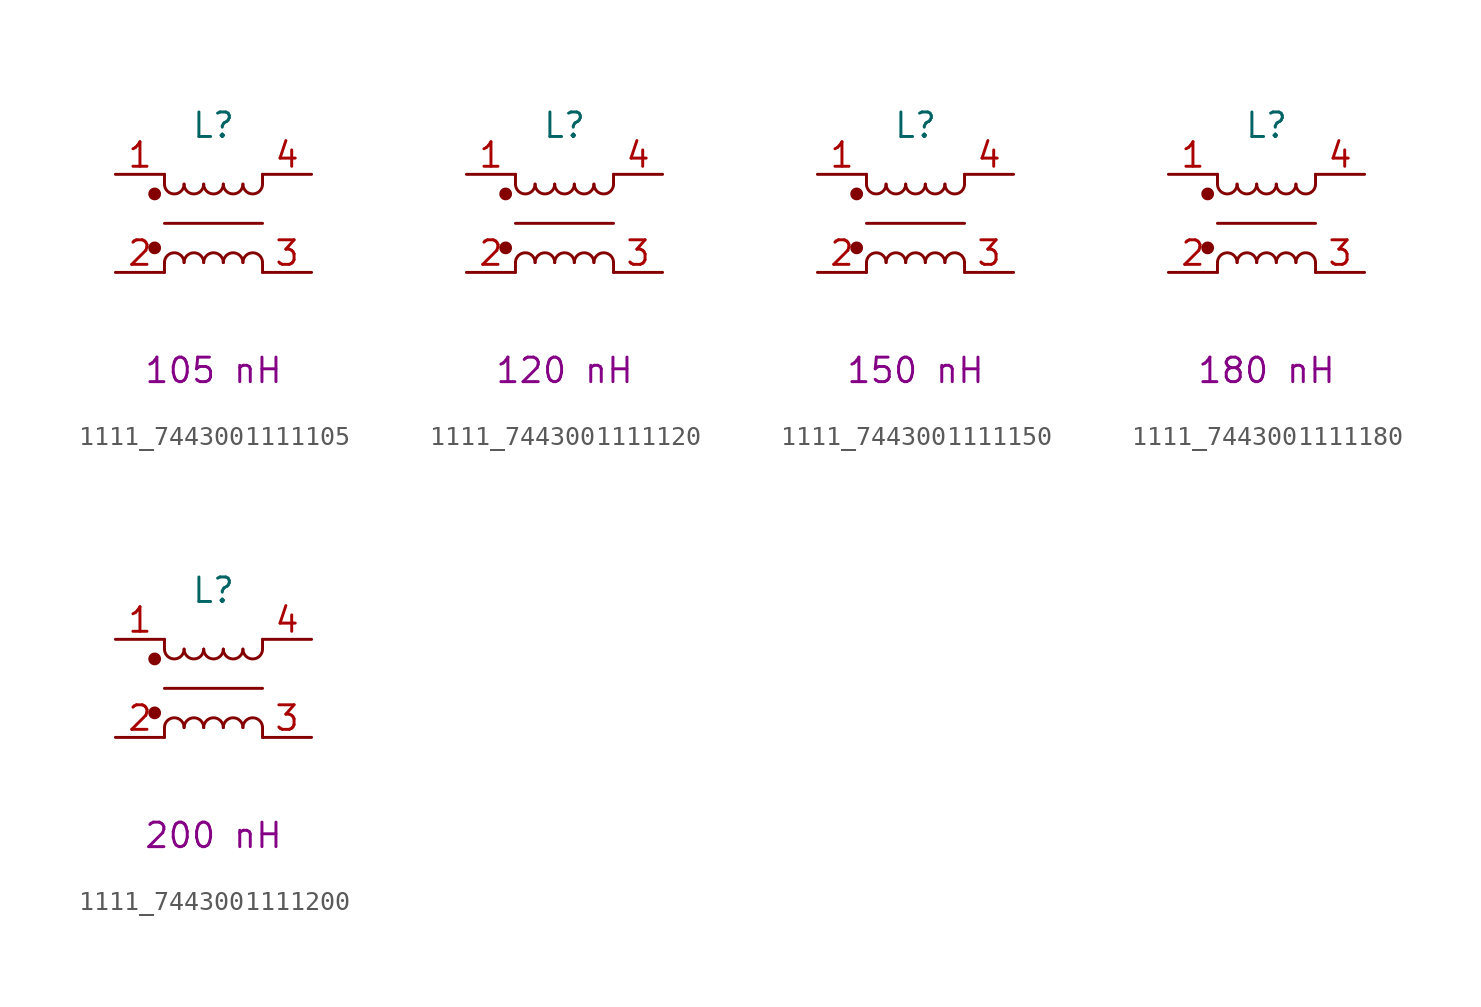
<source format=kicad_sym>
(kicad_symbol_lib
  (version 20220914)
  (generator kicad_symbol_editor)
  (symbol "1111_7443001111105"
    (pin_names hide)
    (property "Reference" "L"
      (at 0 5.08 0)
      (effects (font (size 1.27 1.27))))
    (property "Critical Parameter" "105 nH"
      (at 0 -7.62 0)
      (effects (font (size 1.27 1.27))))
    (symbol "1111_7443001111105_0_1"
      (circle (center -3.048 -1.27) (radius 0.254) (stroke (width 0) (type default)) (fill (type outline)))
      (circle (center -3.048 1.524) (radius 0.254) (stroke (width 0) (type default)) (fill (type outline)))
      (arc (start -2.54 2.032) (mid -2.032 1.5262) (end -1.524 2.032) (stroke (width 0) (type default)) (fill (type none)))
      (arc (start -1.524 -2.032) (mid -2.032 -1.5262) (end -2.54 -2.032) (stroke (width 0) (type default)) (fill (type none)))
      (arc (start -1.524 2.032) (mid -1.016 1.5262) (end -0.508 2.032) (stroke (width 0) (type default)) (fill (type none)))
      (arc (start -0.508 -2.032) (mid -1.016 -1.5262) (end -1.524 -2.032) (stroke (width 0) (type default)) (fill (type none)))
      (arc (start -0.508 2.032) (mid 0 1.5262) (end 0.508 2.032) (stroke (width 0) (type default)) (fill (type none)))
      (polyline (pts (xy -2.54 -2.032) (xy -2.54 -2.54)) (stroke (width 0) (type default)) (fill (type none)))
      (polyline (pts (xy -2.54 2.032) (xy -2.54 2.54)) (stroke (width 0) (type default)) (fill (type none)))
      (polyline (pts (xy 2.54 -2.032) (xy 2.54 -2.54)) (stroke (width 0) (type default)) (fill (type none)))
      (polyline (pts (xy 2.54 0) (xy -2.54 0)) (stroke (width 0) (type default)) (fill (type none)))
      (polyline (pts (xy 2.54 2.54) (xy 2.54 2.032)) (stroke (width 0) (type default)) (fill (type none)))
      (arc (start 0.508 -2.032) (mid 0 -1.5262) (end -0.508 -2.032) (stroke (width 0) (type default)) (fill (type none)))
      (arc (start 0.508 2.032) (mid 1.016 1.5262) (end 1.524 2.032) (stroke (width 0) (type default)) (fill (type none)))
      (arc (start 1.524 -2.032) (mid 1.016 -1.5262) (end 0.508 -2.032) (stroke (width 0) (type default)) (fill (type none)))
      (arc (start 1.524 2.032) (mid 2.032 1.5262) (end 2.54 2.032) (stroke (width 0) (type default)) (fill (type none)))
      (arc (start 2.54 -2.032) (mid 2.032 -1.5262) (end 1.524 -2.032) (stroke (width 0) (type default)) (fill (type none))))
    (symbol "1111_7443001111105_1_1"
      (pin passive line (at -5.08 2.54 0) (length 2.54) (name "1" (effects (font (size 1.27 1.27)))) (number "1" (effects (font (size 1.27 1.27)))))
      (pin passive line (at -5.08 -2.54 0) (length 2.54) (name "2" (effects (font (size 1.27 1.27)))) (number "2" (effects (font (size 1.27 1.27)))))
      (pin passive line (at 5.08 -2.54 180) (length 2.54) (name "3" (effects (font (size 1.27 1.27)))) (number "3" (effects (font (size 1.27 1.27)))))
      (pin passive line (at 5.08 2.54 180) (length 2.54) (name "4" (effects (font (size 1.27 1.27)))) (number "4" (effects (font (size 1.27 1.27)))))))
  (symbol "1111_7443001111120"
    (pin_names hide)
    (property "Reference" "L"
      (at 0 5.08 0)
      (effects (font (size 1.27 1.27))))
    (property "Critical Parameter" "120 nH"
      (at 0 -7.62 0)
      (effects (font (size 1.27 1.27))))
    (symbol "1111_7443001111120_0_1"
      (circle (center -3.048 -1.27) (radius 0.254) (stroke (width 0) (type default)) (fill (type outline)))
      (circle (center -3.048 1.524) (radius 0.254) (stroke (width 0) (type default)) (fill (type outline)))
      (arc (start -2.54 2.032) (mid -2.032 1.5262) (end -1.524 2.032) (stroke (width 0) (type default)) (fill (type none)))
      (arc (start -1.524 -2.032) (mid -2.032 -1.5262) (end -2.54 -2.032) (stroke (width 0) (type default)) (fill (type none)))
      (arc (start -1.524 2.032) (mid -1.016 1.5262) (end -0.508 2.032) (stroke (width 0) (type default)) (fill (type none)))
      (arc (start -0.508 -2.032) (mid -1.016 -1.5262) (end -1.524 -2.032) (stroke (width 0) (type default)) (fill (type none)))
      (arc (start -0.508 2.032) (mid 0 1.5262) (end 0.508 2.032) (stroke (width 0) (type default)) (fill (type none)))
      (polyline (pts (xy -2.54 -2.032) (xy -2.54 -2.54)) (stroke (width 0) (type default)) (fill (type none)))
      (polyline (pts (xy -2.54 2.032) (xy -2.54 2.54)) (stroke (width 0) (type default)) (fill (type none)))
      (polyline (pts (xy 2.54 -2.032) (xy 2.54 -2.54)) (stroke (width 0) (type default)) (fill (type none)))
      (polyline (pts (xy 2.54 0) (xy -2.54 0)) (stroke (width 0) (type default)) (fill (type none)))
      (polyline (pts (xy 2.54 2.54) (xy 2.54 2.032)) (stroke (width 0) (type default)) (fill (type none)))
      (arc (start 0.508 -2.032) (mid 0 -1.5262) (end -0.508 -2.032) (stroke (width 0) (type default)) (fill (type none)))
      (arc (start 0.508 2.032) (mid 1.016 1.5262) (end 1.524 2.032) (stroke (width 0) (type default)) (fill (type none)))
      (arc (start 1.524 -2.032) (mid 1.016 -1.5262) (end 0.508 -2.032) (stroke (width 0) (type default)) (fill (type none)))
      (arc (start 1.524 2.032) (mid 2.032 1.5262) (end 2.54 2.032) (stroke (width 0) (type default)) (fill (type none)))
      (arc (start 2.54 -2.032) (mid 2.032 -1.5262) (end 1.524 -2.032) (stroke (width 0) (type default)) (fill (type none))))
    (symbol "1111_7443001111120_1_1"
      (pin passive line (at -5.08 2.54 0) (length 2.54) (name "1" (effects (font (size 1.27 1.27)))) (number "1" (effects (font (size 1.27 1.27)))))
      (pin passive line (at -5.08 -2.54 0) (length 2.54) (name "2" (effects (font (size 1.27 1.27)))) (number "2" (effects (font (size 1.27 1.27)))))
      (pin passive line (at 5.08 -2.54 180) (length 2.54) (name "3" (effects (font (size 1.27 1.27)))) (number "3" (effects (font (size 1.27 1.27)))))
      (pin passive line (at 5.08 2.54 180) (length 2.54) (name "4" (effects (font (size 1.27 1.27)))) (number "4" (effects (font (size 1.27 1.27)))))))
  (symbol "1111_7443001111150"
    (pin_names hide)
    (property "Reference" "L"
      (at 0 5.08 0)
      (effects (font (size 1.27 1.27))))
    (property "Critical Parameter" "150 nH"
      (at 0 -7.62 0)
      (effects (font (size 1.27 1.27))))
    (symbol "1111_7443001111150_0_1"
      (circle (center -3.048 -1.27) (radius 0.254) (stroke (width 0) (type default)) (fill (type outline)))
      (circle (center -3.048 1.524) (radius 0.254) (stroke (width 0) (type default)) (fill (type outline)))
      (arc (start -2.54 2.032) (mid -2.032 1.5262) (end -1.524 2.032) (stroke (width 0) (type default)) (fill (type none)))
      (arc (start -1.524 -2.032) (mid -2.032 -1.5262) (end -2.54 -2.032) (stroke (width 0) (type default)) (fill (type none)))
      (arc (start -1.524 2.032) (mid -1.016 1.5262) (end -0.508 2.032) (stroke (width 0) (type default)) (fill (type none)))
      (arc (start -0.508 -2.032) (mid -1.016 -1.5262) (end -1.524 -2.032) (stroke (width 0) (type default)) (fill (type none)))
      (arc (start -0.508 2.032) (mid 0 1.5262) (end 0.508 2.032) (stroke (width 0) (type default)) (fill (type none)))
      (polyline (pts (xy -2.54 -2.032) (xy -2.54 -2.54)) (stroke (width 0) (type default)) (fill (type none)))
      (polyline (pts (xy -2.54 2.032) (xy -2.54 2.54)) (stroke (width 0) (type default)) (fill (type none)))
      (polyline (pts (xy 2.54 -2.032) (xy 2.54 -2.54)) (stroke (width 0) (type default)) (fill (type none)))
      (polyline (pts (xy 2.54 0) (xy -2.54 0)) (stroke (width 0) (type default)) (fill (type none)))
      (polyline (pts (xy 2.54 2.54) (xy 2.54 2.032)) (stroke (width 0) (type default)) (fill (type none)))
      (arc (start 0.508 -2.032) (mid 0 -1.5262) (end -0.508 -2.032) (stroke (width 0) (type default)) (fill (type none)))
      (arc (start 0.508 2.032) (mid 1.016 1.5262) (end 1.524 2.032) (stroke (width 0) (type default)) (fill (type none)))
      (arc (start 1.524 -2.032) (mid 1.016 -1.5262) (end 0.508 -2.032) (stroke (width 0) (type default)) (fill (type none)))
      (arc (start 1.524 2.032) (mid 2.032 1.5262) (end 2.54 2.032) (stroke (width 0) (type default)) (fill (type none)))
      (arc (start 2.54 -2.032) (mid 2.032 -1.5262) (end 1.524 -2.032) (stroke (width 0) (type default)) (fill (type none))))
    (symbol "1111_7443001111150_1_1"
      (pin passive line (at -5.08 2.54 0) (length 2.54) (name "1" (effects (font (size 1.27 1.27)))) (number "1" (effects (font (size 1.27 1.27)))))
      (pin passive line (at -5.08 -2.54 0) (length 2.54) (name "2" (effects (font (size 1.27 1.27)))) (number "2" (effects (font (size 1.27 1.27)))))
      (pin passive line (at 5.08 -2.54 180) (length 2.54) (name "3" (effects (font (size 1.27 1.27)))) (number "3" (effects (font (size 1.27 1.27)))))
      (pin passive line (at 5.08 2.54 180) (length 2.54) (name "4" (effects (font (size 1.27 1.27)))) (number "4" (effects (font (size 1.27 1.27)))))))
  (symbol "1111_7443001111180"
    (pin_names hide)
    (property "Reference" "L"
      (at 0 5.08 0)
      (effects (font (size 1.27 1.27))))
    (property "Critical Parameter" "180 nH"
      (at 0 -7.62 0)
      (effects (font (size 1.27 1.27))))
    (symbol "1111_7443001111180_0_1"
      (circle (center -3.048 -1.27) (radius 0.254) (stroke (width 0) (type default)) (fill (type outline)))
      (circle (center -3.048 1.524) (radius 0.254) (stroke (width 0) (type default)) (fill (type outline)))
      (arc (start -2.54 2.032) (mid -2.032 1.5262) (end -1.524 2.032) (stroke (width 0) (type default)) (fill (type none)))
      (arc (start -1.524 -2.032) (mid -2.032 -1.5262) (end -2.54 -2.032) (stroke (width 0) (type default)) (fill (type none)))
      (arc (start -1.524 2.032) (mid -1.016 1.5262) (end -0.508 2.032) (stroke (width 0) (type default)) (fill (type none)))
      (arc (start -0.508 -2.032) (mid -1.016 -1.5262) (end -1.524 -2.032) (stroke (width 0) (type default)) (fill (type none)))
      (arc (start -0.508 2.032) (mid 0 1.5262) (end 0.508 2.032) (stroke (width 0) (type default)) (fill (type none)))
      (polyline (pts (xy -2.54 -2.032) (xy -2.54 -2.54)) (stroke (width 0) (type default)) (fill (type none)))
      (polyline (pts (xy -2.54 2.032) (xy -2.54 2.54)) (stroke (width 0) (type default)) (fill (type none)))
      (polyline (pts (xy 2.54 -2.032) (xy 2.54 -2.54)) (stroke (width 0) (type default)) (fill (type none)))
      (polyline (pts (xy 2.54 0) (xy -2.54 0)) (stroke (width 0) (type default)) (fill (type none)))
      (polyline (pts (xy 2.54 2.54) (xy 2.54 2.032)) (stroke (width 0) (type default)) (fill (type none)))
      (arc (start 0.508 -2.032) (mid 0 -1.5262) (end -0.508 -2.032) (stroke (width 0) (type default)) (fill (type none)))
      (arc (start 0.508 2.032) (mid 1.016 1.5262) (end 1.524 2.032) (stroke (width 0) (type default)) (fill (type none)))
      (arc (start 1.524 -2.032) (mid 1.016 -1.5262) (end 0.508 -2.032) (stroke (width 0) (type default)) (fill (type none)))
      (arc (start 1.524 2.032) (mid 2.032 1.5262) (end 2.54 2.032) (stroke (width 0) (type default)) (fill (type none)))
      (arc (start 2.54 -2.032) (mid 2.032 -1.5262) (end 1.524 -2.032) (stroke (width 0) (type default)) (fill (type none))))
    (symbol "1111_7443001111180_1_1"
      (pin passive line (at -5.08 2.54 0) (length 2.54) (name "1" (effects (font (size 1.27 1.27)))) (number "1" (effects (font (size 1.27 1.27)))))
      (pin passive line (at -5.08 -2.54 0) (length 2.54) (name "2" (effects (font (size 1.27 1.27)))) (number "2" (effects (font (size 1.27 1.27)))))
      (pin passive line (at 5.08 -2.54 180) (length 2.54) (name "3" (effects (font (size 1.27 1.27)))) (number "3" (effects (font (size 1.27 1.27)))))
      (pin passive line (at 5.08 2.54 180) (length 2.54) (name "4" (effects (font (size 1.27 1.27)))) (number "4" (effects (font (size 1.27 1.27)))))))
  (symbol "1111_7443001111200"
    (pin_names hide)
    (property "Reference" "L"
      (at 0 5.08 0)
      (effects (font (size 1.27 1.27))))
    (property "Critical Parameter" "200 nH"
      (at 0 -7.62 0)
      (effects (font (size 1.27 1.27))))
    (symbol "1111_7443001111200_0_1"
      (circle (center -3.048 -1.27) (radius 0.254) (stroke (width 0) (type default)) (fill (type outline)))
      (circle (center -3.048 1.524) (radius 0.254) (stroke (width 0) (type default)) (fill (type outline)))
      (arc (start -2.54 2.032) (mid -2.032 1.5262) (end -1.524 2.032) (stroke (width 0) (type default)) (fill (type none)))
      (arc (start -1.524 -2.032) (mid -2.032 -1.5262) (end -2.54 -2.032) (stroke (width 0) (type default)) (fill (type none)))
      (arc (start -1.524 2.032) (mid -1.016 1.5262) (end -0.508 2.032) (stroke (width 0) (type default)) (fill (type none)))
      (arc (start -0.508 -2.032) (mid -1.016 -1.5262) (end -1.524 -2.032) (stroke (width 0) (type default)) (fill (type none)))
      (arc (start -0.508 2.032) (mid 0 1.5262) (end 0.508 2.032) (stroke (width 0) (type default)) (fill (type none)))
      (polyline (pts (xy -2.54 -2.032) (xy -2.54 -2.54)) (stroke (width 0) (type default)) (fill (type none)))
      (polyline (pts (xy -2.54 2.032) (xy -2.54 2.54)) (stroke (width 0) (type default)) (fill (type none)))
      (polyline (pts (xy 2.54 -2.032) (xy 2.54 -2.54)) (stroke (width 0) (type default)) (fill (type none)))
      (polyline (pts (xy 2.54 0) (xy -2.54 0)) (stroke (width 0) (type default)) (fill (type none)))
      (polyline (pts (xy 2.54 2.54) (xy 2.54 2.032)) (stroke (width 0) (type default)) (fill (type none)))
      (arc (start 0.508 -2.032) (mid 0 -1.5262) (end -0.508 -2.032) (stroke (width 0) (type default)) (fill (type none)))
      (arc (start 0.508 2.032) (mid 1.016 1.5262) (end 1.524 2.032) (stroke (width 0) (type default)) (fill (type none)))
      (arc (start 1.524 -2.032) (mid 1.016 -1.5262) (end 0.508 -2.032) (stroke (width 0) (type default)) (fill (type none)))
      (arc (start 1.524 2.032) (mid 2.032 1.5262) (end 2.54 2.032) (stroke (width 0) (type default)) (fill (type none)))
      (arc (start 2.54 -2.032) (mid 2.032 -1.5262) (end 1.524 -2.032) (stroke (width 0) (type default)) (fill (type none))))
    (symbol "1111_7443001111200_1_1"
      (pin passive line (at -5.08 2.54 0) (length 2.54) (name "1" (effects (font (size 1.27 1.27)))) (number "1" (effects (font (size 1.27 1.27)))))
      (pin passive line (at -5.08 -2.54 0) (length 2.54) (name "2" (effects (font (size 1.27 1.27)))) (number "2" (effects (font (size 1.27 1.27)))))
      (pin passive line (at 5.08 -2.54 180) (length 2.54) (name "3" (effects (font (size 1.27 1.27)))) (number "3" (effects (font (size 1.27 1.27)))))
      (pin passive line (at 5.08 2.54 180) (length 2.54) (name "4" (effects (font (size 1.27 1.27)))) (number "4" (effects (font (size 1.27 1.27))))))))
</source>
